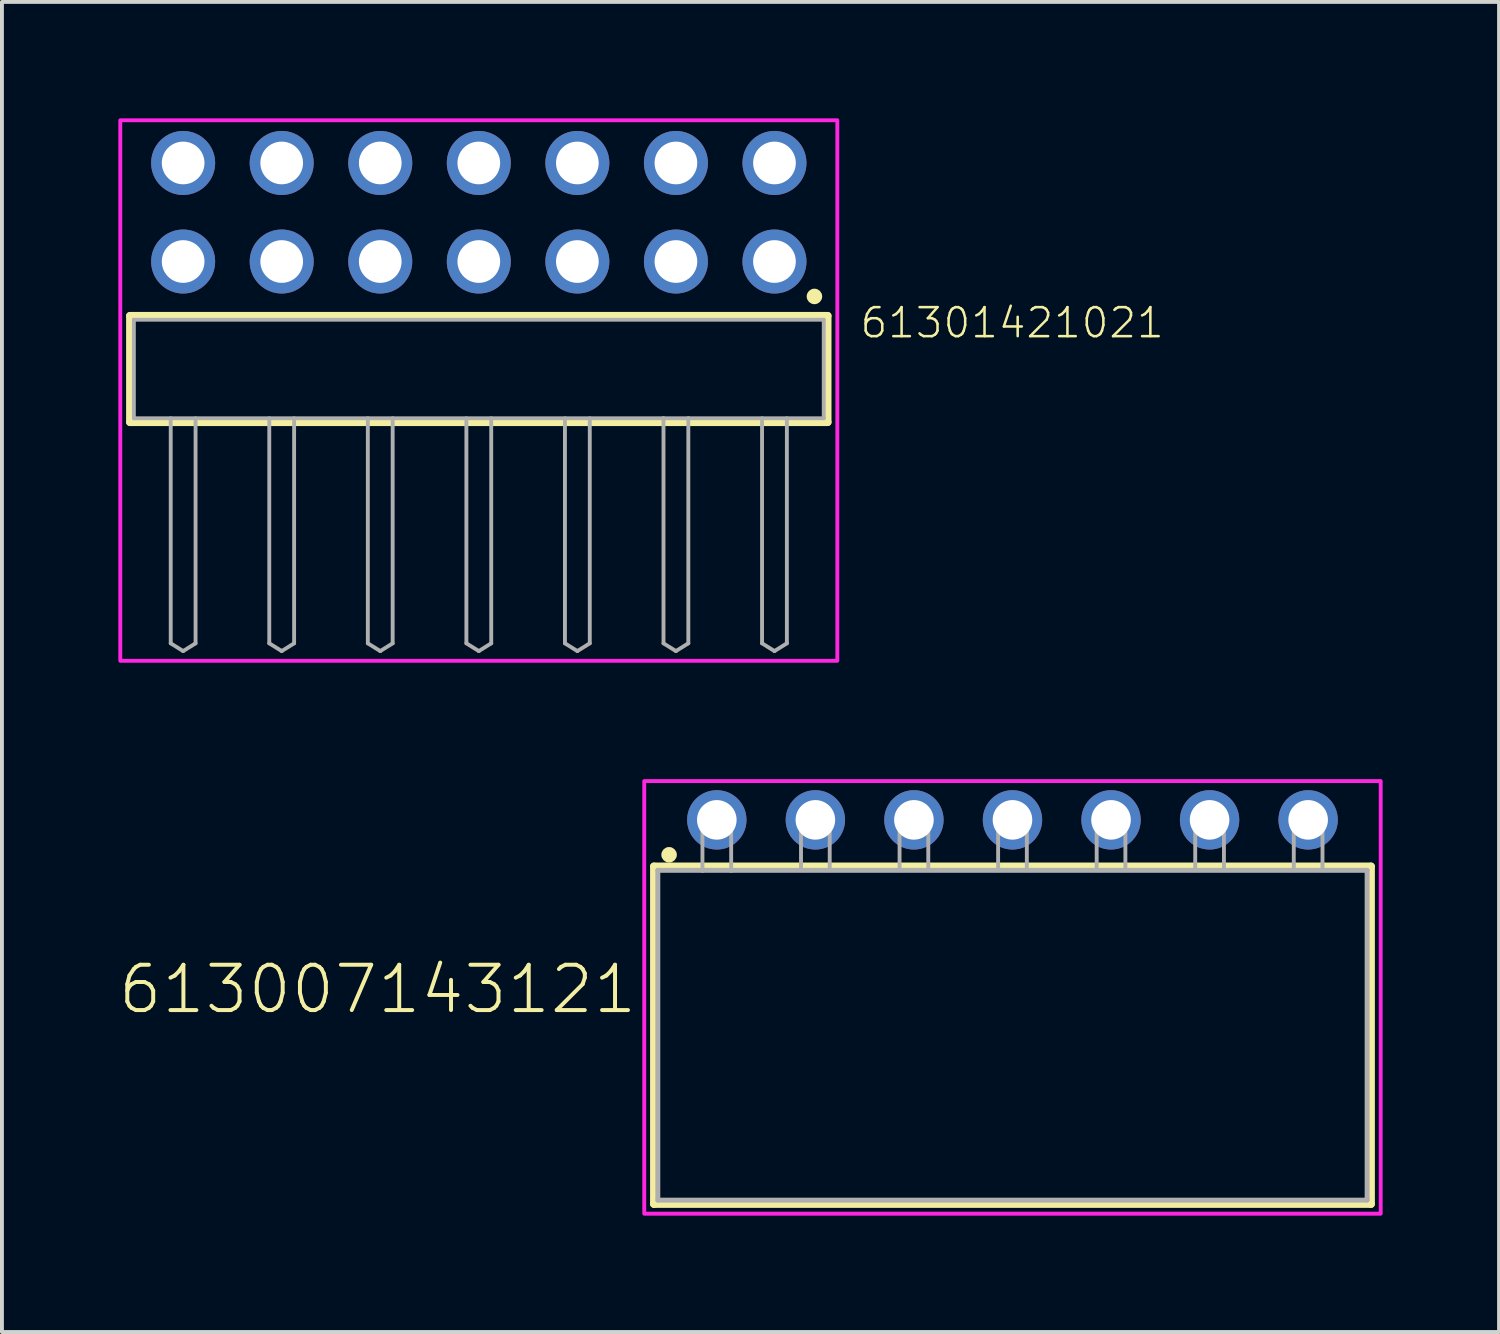
<source format=kicad_pcb>
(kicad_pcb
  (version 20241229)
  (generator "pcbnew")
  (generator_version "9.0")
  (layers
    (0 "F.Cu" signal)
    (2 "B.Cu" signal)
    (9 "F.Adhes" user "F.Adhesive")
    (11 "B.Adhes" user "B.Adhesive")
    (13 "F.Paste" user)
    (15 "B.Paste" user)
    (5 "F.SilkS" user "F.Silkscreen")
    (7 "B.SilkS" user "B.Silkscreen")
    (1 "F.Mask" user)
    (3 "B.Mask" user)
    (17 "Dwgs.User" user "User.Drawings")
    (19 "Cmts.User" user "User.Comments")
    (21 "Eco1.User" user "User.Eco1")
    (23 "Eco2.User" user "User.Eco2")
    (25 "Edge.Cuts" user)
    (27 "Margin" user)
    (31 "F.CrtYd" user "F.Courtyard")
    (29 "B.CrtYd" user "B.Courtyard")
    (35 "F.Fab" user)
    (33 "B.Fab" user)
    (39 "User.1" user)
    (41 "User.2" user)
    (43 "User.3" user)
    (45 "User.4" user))
  (footprint "613007143121"
    (layer "F.Cu")
    (at 23.044 23.63)
    (property "Reference" "613007143121" (at -9.62 -0.5 0) (unlocked yes) (layer "F.SilkS") (effects (font (size 1.168 1.168) (thickness 0.102)) (justify right bottom)))
    (fp_line (start -9.24 -4.35) (end 9.24 -4.35) (stroke (width 0.2) (type solid)) (layer "F.SilkS"))
    (fp_line (start -9.24 4.35) (end -9.24 -4.35) (stroke (width 0.2) (type solid)) (layer "F.SilkS"))
    (fp_line (start 9.24 -4.35) (end 9.24 4.35) (stroke (width 0.2) (type solid)) (layer "F.SilkS"))
    (fp_line (start 9.24 4.35) (end -9.24 4.35) (stroke (width 0.2) (type solid)) (layer "F.SilkS"))
    (fp_circle (center -8.85 -4.65) (end -8.75 -4.65) (stroke (width 0.2) (type solid)) (fill no) (layer "F.SilkS"))
    (fp_poly (pts (xy 9.49 4.6) (xy -9.49 4.6) (xy -9.49 -6.55) (xy 9.49 -6.55)) (stroke (width 0.1) (type default)) (fill no) (layer "F.CrtYd"))
    (fp_line (start -9.14 4.25) (end -9.14 -4.25) (stroke (width 0.127) (type solid)) (layer "F.Fab"))
    (fp_line (start -7.99 -5.35) (end -7.99 -4.25) (stroke (width 0.1) (type solid)) (layer "F.Fab"))
    (fp_line (start -7.99 -5.35) (end -7.25 -5.35) (stroke (width 0.1) (type solid)) (layer "F.Fab"))
    (fp_line (start -7.99 -4.25) (end -9.14 -4.25) (stroke (width 0.127) (type solid)) (layer "F.Fab"))
    (fp_line (start -7.25 -5.35) (end -7.25 -4.25) (stroke (width 0.1) (type solid)) (layer "F.Fab"))
    (fp_line (start -7.25 -4.25) (end -7.99 -4.25) (stroke (width 0.127) (type solid)) (layer "F.Fab"))
    (fp_line (start -5.45 -5.35) (end -5.45 -4.25) (stroke (width 0.1) (type solid)) (layer "F.Fab"))
    (fp_line (start -5.45 -5.35) (end -4.71 -5.35) (stroke (width 0.1) (type solid)) (layer "F.Fab"))
    (fp_line (start -4.71 -5.35) (end -4.71 -4.25) (stroke (width 0.1) (type solid)) (layer "F.Fab"))
    (fp_line (start -2.91 -5.35) (end -2.91 -4.25) (stroke (width 0.1) (type solid)) (layer "F.Fab"))
    (fp_line (start -2.91 -5.35) (end -2.17 -5.35) (stroke (width 0.1) (type solid)) (layer "F.Fab"))
    (fp_line (start -2.17 -5.35) (end -2.17 -4.25) (stroke (width 0.1) (type solid)) (layer "F.Fab"))
    (fp_line (start -0.37 -5.35) (end -0.37 -4.25) (stroke (width 0.1) (type solid)) (layer "F.Fab"))
    (fp_line (start -0.37 -5.35) (end 0.37 -5.35) (stroke (width 0.1) (type solid)) (layer "F.Fab"))
    (fp_line (start 0.37 -5.35) (end 0.37 -4.25) (stroke (width 0.1) (type solid)) (layer "F.Fab"))
    (fp_line (start 2.17 -5.35) (end 2.17 -4.25) (stroke (width 0.1) (type solid)) (layer "F.Fab"))
    (fp_line (start 2.17 -5.35) (end 2.91 -5.35) (stroke (width 0.1) (type solid)) (layer "F.Fab"))
    (fp_line (start 2.91 -5.35) (end 2.91 -4.25) (stroke (width 0.1) (type solid)) (layer "F.Fab"))
    (fp_line (start 4.71 -5.35) (end 4.71 -4.25) (stroke (width 0.1) (type solid)) (layer "F.Fab"))
    (fp_line (start 4.71 -5.35) (end 5.45 -5.35) (stroke (width 0.1) (type solid)) (layer "F.Fab"))
    (fp_line (start 5.45 -5.35) (end 5.45 -4.25) (stroke (width 0.1) (type solid)) (layer "F.Fab"))
    (fp_line (start 7.25 -5.35) (end 7.25 -4.25) (stroke (width 0.1) (type solid)) (layer "F.Fab"))
    (fp_line (start 7.25 -5.35) (end 7.99 -5.35) (stroke (width 0.1) (type solid)) (layer "F.Fab"))
    (fp_line (start 7.99 -5.35) (end 7.99 -4.25) (stroke (width 0.1) (type solid)) (layer "F.Fab"))
    (fp_line (start 9.14 -4.25) (end -7.25 -4.25) (stroke (width 0.127) (type solid)) (layer "F.Fab"))
    (fp_line (start 9.14 4.25) (end -9.14 4.25) (stroke (width 0.127) (type solid)) (layer "F.Fab"))
    (fp_line (start 9.14 4.25) (end 9.14 -4.25) (stroke (width 0.127) (type solid)) (layer "F.Fab"))
    (pad "1" thru_hole circle (at -7.62 -5.55 180) (size 1.53 1.53) (drill 1.02) (layers "*.Cu" "*.Mask"))
    (pad "2" thru_hole circle (at -5.08 -5.55 180) (size 1.53 1.53) (drill 1.02) (layers "*.Cu" "*.Mask"))
    (pad "3" thru_hole circle (at -2.54 -5.55 180) (size 1.53 1.53) (drill 1.02) (layers "*.Cu" "*.Mask"))
    (pad "4" thru_hole circle (at 0 -5.55 180) (size 1.53 1.53) (drill 1.02) (layers "*.Cu" "*.Mask"))
    (pad "5" thru_hole circle (at 2.54 -5.55 180) (size 1.53 1.53) (drill 1.02) (layers "*.Cu" "*.Mask"))
    (pad "6" thru_hole circle (at 5.08 -5.55 180) (size 1.53 1.53) (drill 1.02) (layers "*.Cu" "*.Mask"))
    (pad "7" thru_hole circle (at 7.62 -5.55 180) (size 1.53 1.53) (drill 1.02) (layers "*.Cu" "*.Mask")))
  (footprint "61301421021"
    (layer "F.Cu")
    (at 9.29 6.46)
    (property "Reference" "61301421021" (at 9.785 -0.752 0) (unlocked yes) (layer "F.SilkS") (effects (font (size 0.748 0.748) (thickness 0.065)) (justify left bottom)))
    (fp_line (start -8.99 -1.37) (end 8.99 -1.37) (stroke (width 0.2) (type solid)) (layer "F.SilkS"))
    (fp_line (start -8.99 1.37) (end -8.99 -1.37) (stroke (width 0.2) (type solid)) (layer "F.SilkS"))
    (fp_line (start 8.99 -1.37) (end 8.99 1.37) (stroke (width 0.2) (type solid)) (layer "F.SilkS"))
    (fp_line (start 8.99 1.37) (end -8.99 1.37) (stroke (width 0.2) (type solid)) (layer "F.SilkS"))
    (fp_circle (center 8.65 -1.87) (end 8.75 -1.87) (stroke (width 0.2) (type solid)) (fill no) (layer "F.SilkS"))
    (fp_poly (pts (xy 9.24 7.52) (xy -9.24 7.52) (xy -9.24 -6.41) (xy 9.24 -6.41)) (stroke (width 0.1) (type default)) (fill no) (layer "F.CrtYd"))
    (fp_line (start -8.89 -1.27) (end 8.89 -1.27) (stroke (width 0.1) (type solid)) (layer "F.Fab"))
    (fp_line (start -8.89 1.27) (end -8.89 -1.27) (stroke (width 0.1) (type solid)) (layer "F.Fab"))
    (fp_line (start -7.94 1.27) (end -7.94 7.07) (stroke (width 0.1) (type solid)) (layer "F.Fab"))
    (fp_line (start -7.94 7.07) (end -7.62 7.27) (stroke (width 0.1) (type solid)) (layer "F.Fab"))
    (fp_line (start -7.62 7.27) (end -7.3 7.07) (stroke (width 0.1) (type solid)) (layer "F.Fab"))
    (fp_line (start -7.3 1.27) (end -7.3 7.07) (stroke (width 0.1) (type solid)) (layer "F.Fab"))
    (fp_line (start -5.4 1.27) (end -5.4 7.07) (stroke (width 0.1) (type solid)) (layer "F.Fab"))
    (fp_line (start -5.4 7.07) (end -5.08 7.27) (stroke (width 0.1) (type solid)) (layer "F.Fab"))
    (fp_line (start -5.08 7.27) (end -4.76 7.07) (stroke (width 0.1) (type solid)) (layer "F.Fab"))
    (fp_line (start -4.76 1.27) (end -4.76 7.07) (stroke (width 0.1) (type solid)) (layer "F.Fab"))
    (fp_line (start -2.86 1.27) (end -2.86 7.07) (stroke (width 0.1) (type solid)) (layer "F.Fab"))
    (fp_line (start -2.86 7.07) (end -2.54 7.27) (stroke (width 0.1) (type solid)) (layer "F.Fab"))
    (fp_line (start -2.54 7.27) (end -2.22 7.07) (stroke (width 0.1) (type solid)) (layer "F.Fab"))
    (fp_line (start -2.22 1.27) (end -2.22 7.07) (stroke (width 0.1) (type solid)) (layer "F.Fab"))
    (fp_line (start -0.32 1.27) (end -0.32 7.07) (stroke (width 0.1) (type solid)) (layer "F.Fab"))
    (fp_line (start -0.32 7.07) (end 0 7.27) (stroke (width 0.1) (type solid)) (layer "F.Fab"))
    (fp_line (start 0 7.27) (end 0.32 7.07) (stroke (width 0.1) (type solid)) (layer "F.Fab"))
    (fp_line (start 0.32 1.27) (end 0.32 7.07) (stroke (width 0.1) (type solid)) (layer "F.Fab"))
    (fp_line (start 2.22 1.27) (end 2.22 7.07) (stroke (width 0.1) (type solid)) (layer "F.Fab"))
    (fp_line (start 2.22 7.07) (end 2.54 7.27) (stroke (width 0.1) (type solid)) (layer "F.Fab"))
    (fp_line (start 2.54 7.27) (end 2.86 7.07) (stroke (width 0.1) (type solid)) (layer "F.Fab"))
    (fp_line (start 2.86 1.27) (end 2.86 7.07) (stroke (width 0.1) (type solid)) (layer "F.Fab"))
    (fp_line (start 4.76 1.27) (end -8.89 1.27) (stroke (width 0.1) (type solid)) (layer "F.Fab"))
    (fp_line (start 4.76 1.27) (end 4.76 7.07) (stroke (width 0.1) (type solid)) (layer "F.Fab"))
    (fp_line (start 4.76 7.07) (end 5.08 7.27) (stroke (width 0.1) (type solid)) (layer "F.Fab"))
    (fp_line (start 5.08 7.27) (end 5.4 7.07) (stroke (width 0.1) (type solid)) (layer "F.Fab"))
    (fp_line (start 5.4 1.27) (end 4.76 1.27) (stroke (width 0.1) (type solid)) (layer "F.Fab"))
    (fp_line (start 5.4 1.27) (end 5.4 7.07) (stroke (width 0.1) (type solid)) (layer "F.Fab"))
    (fp_line (start 7.3 1.27) (end 7.3 7.07) (stroke (width 0.1) (type solid)) (layer "F.Fab"))
    (fp_line (start 7.3 7.07) (end 7.62 7.27) (stroke (width 0.1) (type solid)) (layer "F.Fab"))
    (fp_line (start 7.62 7.27) (end 7.94 7.07) (stroke (width 0.1) (type solid)) (layer "F.Fab"))
    (fp_line (start 7.94 1.27) (end 7.94 7.07) (stroke (width 0.1) (type solid)) (layer "F.Fab"))
    (fp_line (start 8.89 -1.27) (end 8.89 1.27) (stroke (width 0.1) (type solid)) (layer "F.Fab"))
    (fp_line (start 8.89 1.27) (end 5.4 1.27) (stroke (width 0.1) (type solid)) (layer "F.Fab"))
    (pad "1" thru_hole circle (at 7.62 -2.77) (size 1.65 1.65) (drill 1.1) (layers "*.Cu" "*.Mask"))
    (pad "2" thru_hole circle (at 7.62 -5.31) (size 1.65 1.65) (drill 1.1) (layers "*.Cu" "*.Mask"))
    (pad "3" thru_hole circle (at 5.08 -2.77) (size 1.65 1.65) (drill 1.1) (layers "*.Cu" "*.Mask"))
    (pad "4" thru_hole circle (at 5.08 -5.31) (size 1.65 1.65) (drill 1.1) (layers "*.Cu" "*.Mask"))
    (pad "5" thru_hole circle (at 2.54 -2.77) (size 1.65 1.65) (drill 1.1) (layers "*.Cu" "*.Mask"))
    (pad "6" thru_hole circle (at 2.54 -5.31) (size 1.65 1.65) (drill 1.1) (layers "*.Cu" "*.Mask"))
    (pad "7" thru_hole circle (at 0 -2.77) (size 1.65 1.65) (drill 1.1) (layers "*.Cu" "*.Mask"))
    (pad "8" thru_hole circle (at 0 -5.31) (size 1.65 1.65) (drill 1.1) (layers "*.Cu" "*.Mask"))
    (pad "9" thru_hole circle (at -2.54 -2.77) (size 1.65 1.65) (drill 1.1) (layers "*.Cu" "*.Mask"))
    (pad "10" thru_hole circle (at -2.54 -5.31) (size 1.65 1.65) (drill 1.1) (layers "*.Cu" "*.Mask"))
    (pad "11" thru_hole circle (at -5.08 -2.77) (size 1.65 1.65) (drill 1.1) (layers "*.Cu" "*.Mask"))
    (pad "12" thru_hole circle (at -5.08 -5.31) (size 1.65 1.65) (drill 1.1) (layers "*.Cu" "*.Mask"))
    (pad "13" thru_hole circle (at -7.62 -2.77) (size 1.65 1.65) (drill 1.1) (layers "*.Cu" "*.Mask"))
    (pad "14" thru_hole circle (at -7.62 -5.31) (size 1.65 1.65) (drill 1.1) (layers "*.Cu" "*.Mask")))
  (gr_rect
    (start -3 -3)
    (end 35.584 31.28)
    (stroke (width 0.1) (type default))
    (fill no)
    (layer "Edge.Cuts")))
</source>
